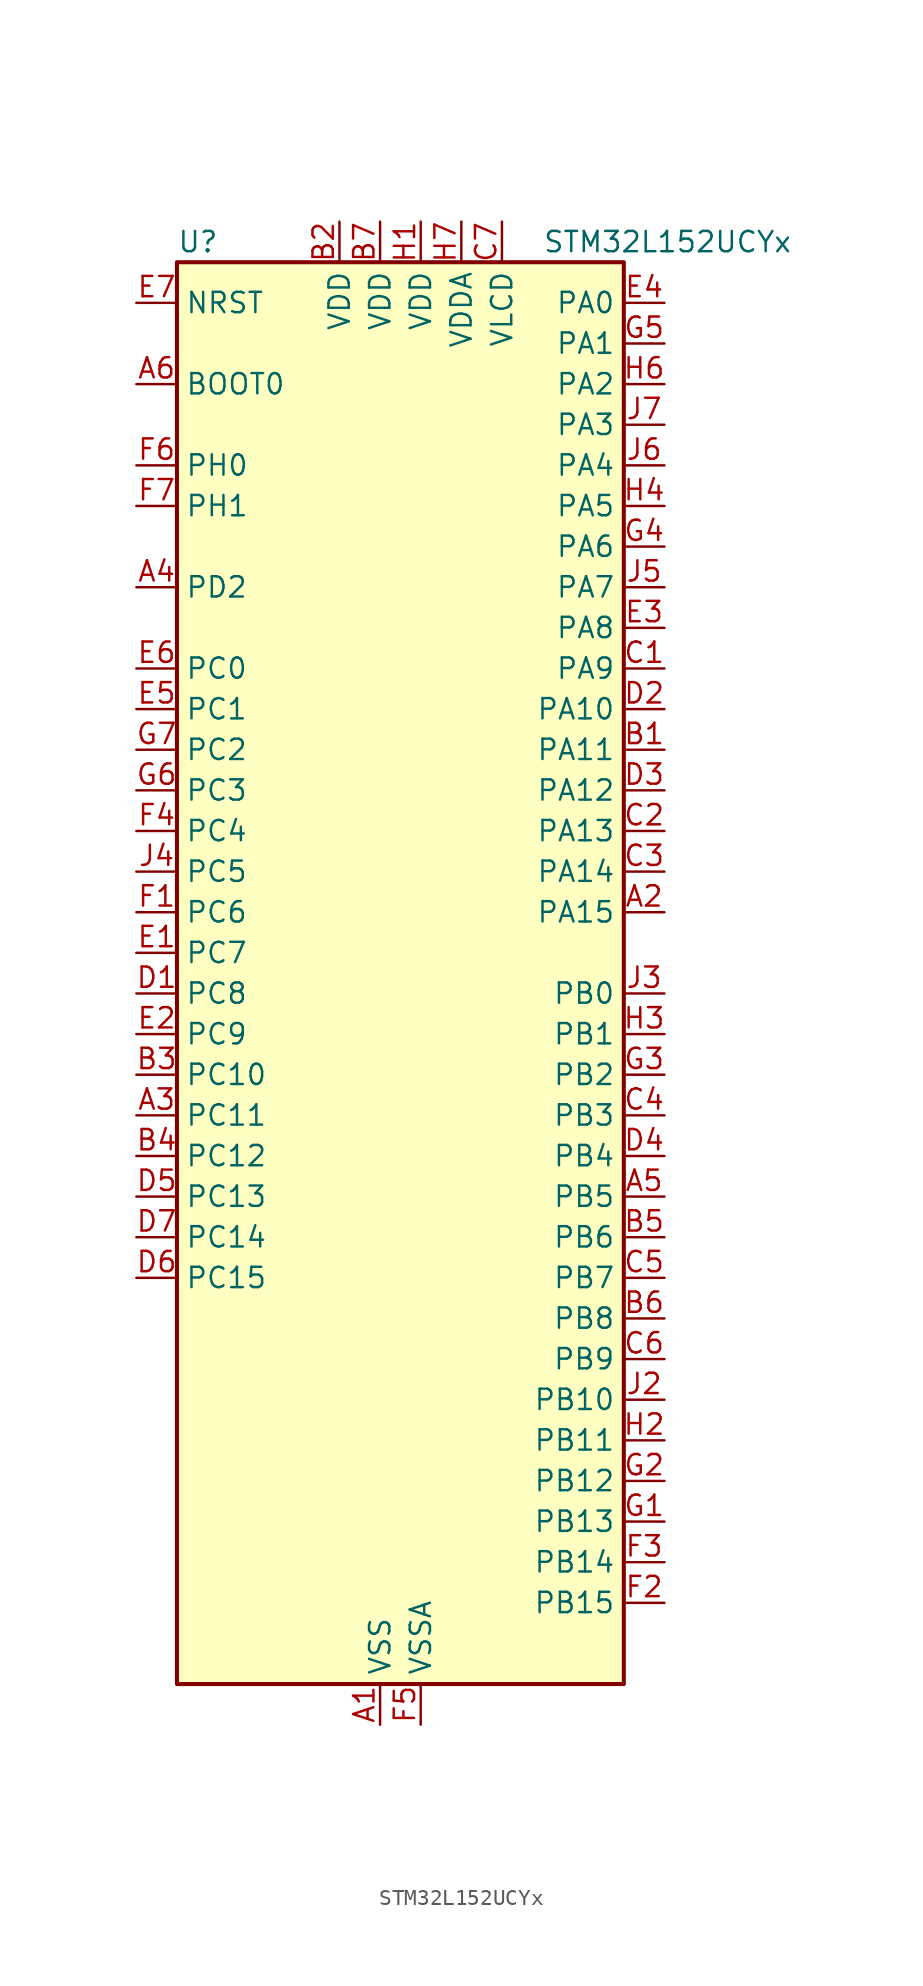
<source format=kicad_sym>
(kicad_symbol_lib
  (version 20231120)
  (generator "kicad-library-utils")
  (generator_version "8.0")
  (symbol "STM32L152UCYx"
    (property "Reference" "U"
      (at -12.7 46.99 0)
      (effects (font (size 1.27 1.27)) (justify left)))
    (property "Value" "STM32L152UCYx"
      (at 10.16 46.99 0)
      (effects (font (size 1.27 1.27)) (justify left)))
    (symbol "STM32L152UCYx_0_1"
      (rectangle (start -12.7 -43.18) (end 15.24 45.72) (stroke (width 0.254) (type default)) (fill (type background))))
    (symbol "STM32L152UCYx_1_1"
      (pin power_in line (at 0 -45.72 90) (length 2.54) (name "VSS" (effects (font (size 1.27 1.27)))) (number "A1" (effects (font (size 1.27 1.27)))))
      (pin bidirectional line (at 17.78 5.08 180) (length 2.54) (name "PA15" (effects (font (size 1.27 1.27)))) (number "A2" (effects (font (size 1.27 1.27)))) (alternate "ADC_EXTI15" bidirectional line) (alternate "I2S3_WS" bidirectional line) (alternate "LCD_SEG17" bidirectional line) (alternate "SPI1_NSS" bidirectional line) (alternate "SPI3_NSS" bidirectional line) (alternate "SYS_JTDI" bidirectional line) (alternate "TIM2_CH1" bidirectional line) (alternate "TIM2_ETR" bidirectional line) (alternate "TIMX_IC4" bidirectional line) (alternate "TS_G5_IO3" bidirectional line))
      (pin bidirectional line (at -15.24 -7.62 0) (length 2.54) (name "PC11" (effects (font (size 1.27 1.27)))) (number "A3" (effects (font (size 1.27 1.27)))) (alternate "ADC_EXTI11" bidirectional line) (alternate "LCD_COM5" bidirectional line) (alternate "LCD_SEG29" bidirectional line) (alternate "SPI3_MISO" bidirectional line) (alternate "TIMX_IC4" bidirectional line) (alternate "USART3_RX" bidirectional line))
      (pin bidirectional line (at -15.24 25.4 0) (length 2.54) (name "PD2" (effects (font (size 1.27 1.27)))) (number "A4" (effects (font (size 1.27 1.27)))) (alternate "LCD_COM7" bidirectional line) (alternate "LCD_SEG31" bidirectional line) (alternate "TIM3_ETR" bidirectional line) (alternate "TIMX_IC3" bidirectional line))
      (pin bidirectional line (at 17.78 -12.7 180) (length 2.54) (name "PB5" (effects (font (size 1.27 1.27)))) (number "A5" (effects (font (size 1.27 1.27)))) (alternate "COMP2_INP" bidirectional line) (alternate "I2C1_SMBA" bidirectional line) (alternate "I2S3_SD" bidirectional line) (alternate "LCD_SEG9" bidirectional line) (alternate "SPI1_MOSI" bidirectional line) (alternate "SPI3_MOSI" bidirectional line) (alternate "TIM3_CH2" bidirectional line) (alternate "TS_G6_IO2" bidirectional line))
      (pin input line (at -15.24 38.1 0) (length 2.54) (name "BOOT0" (effects (font (size 1.27 1.27)))) (number "A6" (effects (font (size 1.27 1.27)))))
      (pin passive line (at 0 -45.72 90) (length 2.54) hide (name "VSS" (effects (font (size 1.27 1.27)))) (number "A7" (effects (font (size 1.27 1.27)))))
      (pin bidirectional line (at 17.78 15.24 180) (length 2.54) (name "PA11" (effects (font (size 1.27 1.27)))) (number "B1" (effects (font (size 1.27 1.27)))) (alternate "ADC_EXTI11" bidirectional line) (alternate "SPI1_MISO" bidirectional line) (alternate "TIMX_IC4" bidirectional line) (alternate "USART1_CTS" bidirectional line) (alternate "USB_DM" bidirectional line))
      (pin power_in line (at -2.54 48.26 270) (length 2.54) (name "VDD" (effects (font (size 1.27 1.27)))) (number "B2" (effects (font (size 1.27 1.27)))))
      (pin bidirectional line (at -15.24 -5.08 0) (length 2.54) (name "PC10" (effects (font (size 1.27 1.27)))) (number "B3" (effects (font (size 1.27 1.27)))) (alternate "I2S3_CK" bidirectional line) (alternate "LCD_COM4" bidirectional line) (alternate "LCD_SEG28" bidirectional line) (alternate "SPI3_SCK" bidirectional line) (alternate "TIMX_IC3" bidirectional line) (alternate "USART3_TX" bidirectional line))
      (pin bidirectional line (at -15.24 -10.16 0) (length 2.54) (name "PC12" (effects (font (size 1.27 1.27)))) (number "B4" (effects (font (size 1.27 1.27)))) (alternate "I2S3_SD" bidirectional line) (alternate "LCD_COM6" bidirectional line) (alternate "LCD_SEG30" bidirectional line) (alternate "SPI3_MOSI" bidirectional line) (alternate "TIMX_IC1" bidirectional line) (alternate "USART3_CK" bidirectional line))
      (pin bidirectional line (at 17.78 -15.24 180) (length 2.54) (name "PB6" (effects (font (size 1.27 1.27)))) (number "B5" (effects (font (size 1.27 1.27)))) (alternate "COMP2_INP" bidirectional line) (alternate "I2C1_SCL" bidirectional line) (alternate "TIM4_CH1" bidirectional line) (alternate "TS_G6_IO3" bidirectional line) (alternate "USART1_TX" bidirectional line))
      (pin bidirectional line (at 17.78 -20.32 180) (length 2.54) (name "PB8" (effects (font (size 1.27 1.27)))) (number "B6" (effects (font (size 1.27 1.27)))) (alternate "I2C1_SCL" bidirectional line) (alternate "LCD_SEG16" bidirectional line) (alternate "TIM10_CH1" bidirectional line) (alternate "TIM4_CH3" bidirectional line))
      (pin power_in line (at 0 48.26 270) (length 2.54) (name "VDD" (effects (font (size 1.27 1.27)))) (number "B7" (effects (font (size 1.27 1.27)))))
      (pin bidirectional line (at 17.78 20.32 180) (length 2.54) (name "PA9" (effects (font (size 1.27 1.27)))) (number "C1" (effects (font (size 1.27 1.27)))) (alternate "DAC_EXTI9" bidirectional line) (alternate "LCD_COM1" bidirectional line) (alternate "TIMX_IC2" bidirectional line) (alternate "TS_G4_IO2" bidirectional line) (alternate "USART1_TX" bidirectional line))
      (pin bidirectional line (at 17.78 10.16 180) (length 2.54) (name "PA13" (effects (font (size 1.27 1.27)))) (number "C2" (effects (font (size 1.27 1.27)))) (alternate "SYS_JTMS-SWDIO" bidirectional line) (alternate "TIMX_IC2" bidirectional line) (alternate "TS_G5_IO1" bidirectional line))
      (pin bidirectional line (at 17.78 7.62 180) (length 2.54) (name "PA14" (effects (font (size 1.27 1.27)))) (number "C3" (effects (font (size 1.27 1.27)))) (alternate "SYS_JTCK-SWCLK" bidirectional line) (alternate "TIMX_IC3" bidirectional line) (alternate "TS_G5_IO2" bidirectional line))
      (pin bidirectional line (at 17.78 -7.62 180) (length 2.54) (name "PB3" (effects (font (size 1.27 1.27)))) (number "C4" (effects (font (size 1.27 1.27)))) (alternate "COMP2_INM" bidirectional line) (alternate "I2S3_CK" bidirectional line) (alternate "LCD_SEG7" bidirectional line) (alternate "SPI1_SCK" bidirectional line) (alternate "SPI3_SCK" bidirectional line) (alternate "SYS_JTDO-TRACESWO" bidirectional line) (alternate "TIM2_CH2" bidirectional line))
      (pin bidirectional line (at 17.78 -17.78 180) (length 2.54) (name "PB7" (effects (font (size 1.27 1.27)))) (number "C5" (effects (font (size 1.27 1.27)))) (alternate "COMP2_INP" bidirectional line) (alternate "I2C1_SDA" bidirectional line) (alternate "SYS_PVD_IN" bidirectional line) (alternate "TIM4_CH2" bidirectional line) (alternate "TS_G6_IO4" bidirectional line) (alternate "USART1_RX" bidirectional line))
      (pin bidirectional line (at 17.78 -22.86 180) (length 2.54) (name "PB9" (effects (font (size 1.27 1.27)))) (number "C6" (effects (font (size 1.27 1.27)))) (alternate "DAC_EXTI9" bidirectional line) (alternate "I2C1_SDA" bidirectional line) (alternate "LCD_COM3" bidirectional line) (alternate "TIM11_CH1" bidirectional line) (alternate "TIM4_CH4" bidirectional line))
      (pin power_in line (at 7.62 48.26 270) (length 2.54) (name "VLCD" (effects (font (size 1.27 1.27)))) (number "C7" (effects (font (size 1.27 1.27)))))
      (pin bidirectional line (at -15.24 0 0) (length 2.54) (name "PC8" (effects (font (size 1.27 1.27)))) (number "D1" (effects (font (size 1.27 1.27)))) (alternate "LCD_SEG26" bidirectional line) (alternate "TIM3_CH3" bidirectional line) (alternate "TIMX_IC1" bidirectional line) (alternate "TS_G10_IO3" bidirectional line))
      (pin bidirectional line (at 17.78 17.78 180) (length 2.54) (name "PA10" (effects (font (size 1.27 1.27)))) (number "D2" (effects (font (size 1.27 1.27)))) (alternate "LCD_COM2" bidirectional line) (alternate "TIMX_IC3" bidirectional line) (alternate "TS_G4_IO3" bidirectional line) (alternate "USART1_RX" bidirectional line))
      (pin bidirectional line (at 17.78 12.7 180) (length 2.54) (name "PA12" (effects (font (size 1.27 1.27)))) (number "D3" (effects (font (size 1.27 1.27)))) (alternate "SPI1_MOSI" bidirectional line) (alternate "TIMX_IC1" bidirectional line) (alternate "USART1_RTS" bidirectional line) (alternate "USB_DP" bidirectional line))
      (pin bidirectional line (at 17.78 -10.16 180) (length 2.54) (name "PB4" (effects (font (size 1.27 1.27)))) (number "D4" (effects (font (size 1.27 1.27)))) (alternate "COMP2_INP" bidirectional line) (alternate "LCD_SEG8" bidirectional line) (alternate "SPI1_MISO" bidirectional line) (alternate "SPI3_MISO" bidirectional line) (alternate "SYS_JTRST" bidirectional line) (alternate "TIM3_CH1" bidirectional line) (alternate "TS_G6_IO1" bidirectional line))
      (pin bidirectional line (at -15.24 -12.7 0) (length 2.54) (name "PC13" (effects (font (size 1.27 1.27)))) (number "D5" (effects (font (size 1.27 1.27)))) (alternate "RTC_OUT_ALARM" bidirectional line) (alternate "RTC_OUT_CALIB" bidirectional line) (alternate "RTC_TAMP1" bidirectional line) (alternate "RTC_TS" bidirectional line) (alternate "SYS_WKUP2" bidirectional line) (alternate "TIMX_IC2" bidirectional line))
      (pin bidirectional line (at -15.24 -17.78 0) (length 2.54) (name "PC15" (effects (font (size 1.27 1.27)))) (number "D6" (effects (font (size 1.27 1.27)))) (alternate "ADC_EXTI15" bidirectional line) (alternate "RCC_OSC32_OUT" bidirectional line) (alternate "TIMX_IC4" bidirectional line))
      (pin bidirectional line (at -15.24 -15.24 0) (length 2.54) (name "PC14" (effects (font (size 1.27 1.27)))) (number "D7" (effects (font (size 1.27 1.27)))) (alternate "RCC_OSC32_IN" bidirectional line) (alternate "TIMX_IC3" bidirectional line))
      (pin bidirectional line (at -15.24 2.54 0) (length 2.54) (name "PC7" (effects (font (size 1.27 1.27)))) (number "E1" (effects (font (size 1.27 1.27)))) (alternate "I2S3_MCK" bidirectional line) (alternate "LCD_SEG25" bidirectional line) (alternate "TIM3_CH2" bidirectional line) (alternate "TIMX_IC4" bidirectional line) (alternate "TS_G10_IO2" bidirectional line))
      (pin bidirectional line (at -15.24 -2.54 0) (length 2.54) (name "PC9" (effects (font (size 1.27 1.27)))) (number "E2" (effects (font (size 1.27 1.27)))) (alternate "DAC_EXTI9" bidirectional line) (alternate "LCD_SEG27" bidirectional line) (alternate "TIM3_CH4" bidirectional line) (alternate "TIMX_IC2" bidirectional line) (alternate "TS_G10_IO4" bidirectional line))
      (pin bidirectional line (at 17.78 22.86 180) (length 2.54) (name "PA8" (effects (font (size 1.27 1.27)))) (number "E3" (effects (font (size 1.27 1.27)))) (alternate "LCD_COM0" bidirectional line) (alternate "RCC_MCO" bidirectional line) (alternate "TIMX_IC1" bidirectional line) (alternate "TS_G4_IO1" bidirectional line) (alternate "USART1_CK" bidirectional line))
      (pin bidirectional line (at 17.78 43.18 180) (length 2.54) (name "PA0" (effects (font (size 1.27 1.27)))) (number "E4" (effects (font (size 1.27 1.27)))) (alternate "ADC_IN0" bidirectional line) (alternate "COMP1_INP" bidirectional line) (alternate "RTC_TAMP2" bidirectional line) (alternate "SYS_WKUP1" bidirectional line) (alternate "TIM2_CH1" bidirectional line) (alternate "TIM2_ETR" bidirectional line) (alternate "TIM5_CH1" bidirectional line) (alternate "TIMX_IC1" bidirectional line) (alternate "TS_G1_IO1" bidirectional line) (alternate "USART2_CTS" bidirectional line))
      (pin bidirectional line (at -15.24 17.78 0) (length 2.54) (name "PC1" (effects (font (size 1.27 1.27)))) (number "E5" (effects (font (size 1.27 1.27)))) (alternate "ADC_IN11" bidirectional line) (alternate "COMP1_INP" bidirectional line) (alternate "LCD_SEG19" bidirectional line) (alternate "TIMX_IC2" bidirectional line) (alternate "TS_G8_IO2" bidirectional line))
      (pin bidirectional line (at -15.24 20.32 0) (length 2.54) (name "PC0" (effects (font (size 1.27 1.27)))) (number "E6" (effects (font (size 1.27 1.27)))) (alternate "ADC_IN10" bidirectional line) (alternate "COMP1_INP" bidirectional line) (alternate "LCD_SEG18" bidirectional line) (alternate "TIMX_IC1" bidirectional line) (alternate "TS_G8_IO1" bidirectional line))
      (pin input line (at -15.24 43.18 0) (length 2.54) (name "NRST" (effects (font (size 1.27 1.27)))) (number "E7" (effects (font (size 1.27 1.27)))))
      (pin bidirectional line (at -15.24 5.08 0) (length 2.54) (name "PC6" (effects (font (size 1.27 1.27)))) (number "F1" (effects (font (size 1.27 1.27)))) (alternate "I2S2_MCK" bidirectional line) (alternate "LCD_SEG24" bidirectional line) (alternate "TIM3_CH1" bidirectional line) (alternate "TIMX_IC3" bidirectional line) (alternate "TS_G10_IO1" bidirectional line))
      (pin bidirectional line (at 17.78 -38.1 180) (length 2.54) (name "PB15" (effects (font (size 1.27 1.27)))) (number "F2" (effects (font (size 1.27 1.27)))) (alternate "ADC_EXTI15" bidirectional line) (alternate "ADC_IN21" bidirectional line) (alternate "COMP1_INP" bidirectional line) (alternate "I2S2_SD" bidirectional line) (alternate "LCD_SEG15" bidirectional line) (alternate "RTC_REFIN" bidirectional line) (alternate "SPI2_MOSI" bidirectional line) (alternate "TIM11_CH1" bidirectional line) (alternate "TS_G7_IO4" bidirectional line))
      (pin bidirectional line (at 17.78 -35.56 180) (length 2.54) (name "PB14" (effects (font (size 1.27 1.27)))) (number "F3" (effects (font (size 1.27 1.27)))) (alternate "ADC_IN20" bidirectional line) (alternate "COMP1_INP" bidirectional line) (alternate "LCD_SEG14" bidirectional line) (alternate "SPI2_MISO" bidirectional line) (alternate "TIM9_CH2" bidirectional line) (alternate "TS_G7_IO3" bidirectional line) (alternate "USART3_RTS" bidirectional line))
      (pin bidirectional line (at -15.24 10.16 0) (length 2.54) (name "PC4" (effects (font (size 1.27 1.27)))) (number "F4" (effects (font (size 1.27 1.27)))) (alternate "ADC_IN14" bidirectional line) (alternate "COMP1_INP" bidirectional line) (alternate "LCD_SEG22" bidirectional line) (alternate "TIMX_IC1" bidirectional line) (alternate "TS_G9_IO1" bidirectional line))
      (pin power_in line (at 2.54 -45.72 90) (length 2.54) (name "VSSA" (effects (font (size 1.27 1.27)))) (number "F5" (effects (font (size 1.27 1.27)))))
      (pin bidirectional line (at -15.24 33.02 0) (length 2.54) (name "PH0" (effects (font (size 1.27 1.27)))) (number "F6" (effects (font (size 1.27 1.27)))) (alternate "RCC_OSC_IN" bidirectional line))
      (pin bidirectional line (at -15.24 30.48 0) (length 2.54) (name "PH1" (effects (font (size 1.27 1.27)))) (number "F7" (effects (font (size 1.27 1.27)))) (alternate "RCC_OSC_OUT" bidirectional line))
      (pin bidirectional line (at 17.78 -33.02 180) (length 2.54) (name "PB13" (effects (font (size 1.27 1.27)))) (number "G1" (effects (font (size 1.27 1.27)))) (alternate "ADC_IN19" bidirectional line) (alternate "COMP1_INP" bidirectional line) (alternate "I2S2_CK" bidirectional line) (alternate "LCD_SEG13" bidirectional line) (alternate "SPI2_SCK" bidirectional line) (alternate "TIM9_CH1" bidirectional line) (alternate "TS_G7_IO2" bidirectional line) (alternate "USART3_CTS" bidirectional line))
      (pin bidirectional line (at 17.78 -30.48 180) (length 2.54) (name "PB12" (effects (font (size 1.27 1.27)))) (number "G2" (effects (font (size 1.27 1.27)))) (alternate "ADC_IN18" bidirectional line) (alternate "COMP1_INP" bidirectional line) (alternate "I2C2_SMBA" bidirectional line) (alternate "I2S2_WS" bidirectional line) (alternate "LCD_SEG12" bidirectional line) (alternate "SPI2_NSS" bidirectional line) (alternate "TIM10_CH1" bidirectional line) (alternate "TS_G7_IO1" bidirectional line) (alternate "USART3_CK" bidirectional line))
      (pin bidirectional line (at 17.78 -5.08 180) (length 2.54) (name "PB2" (effects (font (size 1.27 1.27)))) (number "G3" (effects (font (size 1.27 1.27)))) (alternate "TS_G3_IO3" bidirectional line))
      (pin bidirectional line (at 17.78 27.94 180) (length 2.54) (name "PA6" (effects (font (size 1.27 1.27)))) (number "G4" (effects (font (size 1.27 1.27)))) (alternate "ADC_IN6" bidirectional line) (alternate "COMP1_INP" bidirectional line) (alternate "LCD_SEG3" bidirectional line) (alternate "OPAMP2_VINP" bidirectional line) (alternate "SPI1_MISO" bidirectional line) (alternate "TIM10_CH1" bidirectional line) (alternate "TIM3_CH1" bidirectional line) (alternate "TIMX_IC3" bidirectional line) (alternate "TS_G2_IO1" bidirectional line))
      (pin bidirectional line (at 17.78 40.64 180) (length 2.54) (name "PA1" (effects (font (size 1.27 1.27)))) (number "G5" (effects (font (size 1.27 1.27)))) (alternate "ADC_IN1" bidirectional line) (alternate "COMP1_INP" bidirectional line) (alternate "LCD_SEG0" bidirectional line) (alternate "OPAMP1_VINP" bidirectional line) (alternate "TIM2_CH2" bidirectional line) (alternate "TIM5_CH2" bidirectional line) (alternate "TIMX_IC2" bidirectional line) (alternate "TS_G1_IO2" bidirectional line) (alternate "USART2_RTS" bidirectional line))
      (pin bidirectional line (at -15.24 12.7 0) (length 2.54) (name "PC3" (effects (font (size 1.27 1.27)))) (number "G6" (effects (font (size 1.27 1.27)))) (alternate "ADC_IN13" bidirectional line) (alternate "COMP1_INP" bidirectional line) (alternate "LCD_SEG21" bidirectional line) (alternate "TIMX_IC4" bidirectional line) (alternate "TS_G8_IO4" bidirectional line))
      (pin bidirectional line (at -15.24 15.24 0) (length 2.54) (name "PC2" (effects (font (size 1.27 1.27)))) (number "G7" (effects (font (size 1.27 1.27)))) (alternate "ADC_IN12" bidirectional line) (alternate "COMP1_INP" bidirectional line) (alternate "LCD_SEG20" bidirectional line) (alternate "TIMX_IC3" bidirectional line) (alternate "TS_G8_IO3" bidirectional line))
      (pin power_in line (at 2.54 48.26 270) (length 2.54) (name "VDD" (effects (font (size 1.27 1.27)))) (number "H1" (effects (font (size 1.27 1.27)))))
      (pin bidirectional line (at 17.78 -27.94 180) (length 2.54) (name "PB11" (effects (font (size 1.27 1.27)))) (number "H2" (effects (font (size 1.27 1.27)))) (alternate "ADC_EXTI11" bidirectional line) (alternate "I2C2_SDA" bidirectional line) (alternate "LCD_SEG11" bidirectional line) (alternate "TIM2_CH4" bidirectional line) (alternate "USART3_RX" bidirectional line))
      (pin bidirectional line (at 17.78 -2.54 180) (length 2.54) (name "PB1" (effects (font (size 1.27 1.27)))) (number "H3" (effects (font (size 1.27 1.27)))) (alternate "ADC_IN9" bidirectional line) (alternate "COMP1_INP" bidirectional line) (alternate "LCD_SEG6" bidirectional line) (alternate "SYS_V_REF_OUT" bidirectional line) (alternate "TIM3_CH4" bidirectional line) (alternate "TS_G3_IO2" bidirectional line))
      (pin bidirectional line (at 17.78 30.48 180) (length 2.54) (name "PA5" (effects (font (size 1.27 1.27)))) (number "H4" (effects (font (size 1.27 1.27)))) (alternate "ADC_IN5" bidirectional line) (alternate "COMP1_INP" bidirectional line) (alternate "DAC_OUT2" bidirectional line) (alternate "SPI1_SCK" bidirectional line) (alternate "TIM2_CH1" bidirectional line) (alternate "TIM2_ETR" bidirectional line) (alternate "TIMX_IC2" bidirectional line))
      (pin passive line (at 0 -45.72 90) (length 2.54) hide (name "VSS" (effects (font (size 1.27 1.27)))) (number "H5" (effects (font (size 1.27 1.27)))))
      (pin bidirectional line (at 17.78 38.1 180) (length 2.54) (name "PA2" (effects (font (size 1.27 1.27)))) (number "H6" (effects (font (size 1.27 1.27)))) (alternate "ADC_IN2" bidirectional line) (alternate "COMP1_INP" bidirectional line) (alternate "LCD_SEG1" bidirectional line) (alternate "OPAMP1_VINM" bidirectional line) (alternate "TIM2_CH3" bidirectional line) (alternate "TIM5_CH3" bidirectional line) (alternate "TIM9_CH1" bidirectional line) (alternate "TIMX_IC3" bidirectional line) (alternate "TS_G1_IO3" bidirectional line) (alternate "USART2_TX" bidirectional line))
      (pin power_in line (at 5.08 48.26 270) (length 2.54) (name "VDDA" (effects (font (size 1.27 1.27)))) (number "H7" (effects (font (size 1.27 1.27)))))
      (pin passive line (at 0 -45.72 90) (length 2.54) hide (name "VSS" (effects (font (size 1.27 1.27)))) (number "J1" (effects (font (size 1.27 1.27)))))
      (pin bidirectional line (at 17.78 -25.4 180) (length 2.54) (name "PB10" (effects (font (size 1.27 1.27)))) (number "J2" (effects (font (size 1.27 1.27)))) (alternate "I2C2_SCL" bidirectional line) (alternate "LCD_SEG10" bidirectional line) (alternate "TIM2_CH3" bidirectional line) (alternate "USART3_TX" bidirectional line))
      (pin bidirectional line (at 17.78 0 180) (length 2.54) (name "PB0" (effects (font (size 1.27 1.27)))) (number "J3" (effects (font (size 1.27 1.27)))) (alternate "ADC_IN8" bidirectional line) (alternate "COMP1_INP" bidirectional line) (alternate "LCD_SEG5" bidirectional line) (alternate "OPAMP2_VOUT" bidirectional line) (alternate "SYS_V_REF_OUT" bidirectional line) (alternate "TIM3_CH3" bidirectional line) (alternate "TS_G3_IO1" bidirectional line))
      (pin bidirectional line (at -15.24 7.62 0) (length 2.54) (name "PC5" (effects (font (size 1.27 1.27)))) (number "J4" (effects (font (size 1.27 1.27)))) (alternate "ADC_IN15" bidirectional line) (alternate "COMP1_INP" bidirectional line) (alternate "LCD_SEG23" bidirectional line) (alternate "TIMX_IC2" bidirectional line) (alternate "TS_G9_IO2" bidirectional line))
      (pin bidirectional line (at 17.78 25.4 180) (length 2.54) (name "PA7" (effects (font (size 1.27 1.27)))) (number "J5" (effects (font (size 1.27 1.27)))) (alternate "ADC_IN7" bidirectional line) (alternate "COMP1_INP" bidirectional line) (alternate "LCD_SEG4" bidirectional line) (alternate "OPAMP2_VINM" bidirectional line) (alternate "SPI1_MOSI" bidirectional line) (alternate "TIM11_CH1" bidirectional line) (alternate "TIM3_CH2" bidirectional line) (alternate "TIMX_IC4" bidirectional line) (alternate "TS_G2_IO2" bidirectional line))
      (pin bidirectional line (at 17.78 33.02 180) (length 2.54) (name "PA4" (effects (font (size 1.27 1.27)))) (number "J6" (effects (font (size 1.27 1.27)))) (alternate "ADC_IN4" bidirectional line) (alternate "COMP1_INP" bidirectional line) (alternate "DAC_OUT1" bidirectional line) (alternate "I2S3_WS" bidirectional line) (alternate "SPI1_NSS" bidirectional line) (alternate "SPI3_NSS" bidirectional line) (alternate "TIMX_IC1" bidirectional line) (alternate "USART2_CK" bidirectional line))
      (pin bidirectional line (at 17.78 35.56 180) (length 2.54) (name "PA3" (effects (font (size 1.27 1.27)))) (number "J7" (effects (font (size 1.27 1.27)))) (alternate "ADC_IN3" bidirectional line) (alternate "COMP1_INP" bidirectional line) (alternate "LCD_SEG2" bidirectional line) (alternate "OPAMP1_VOUT" bidirectional line) (alternate "TIM2_CH4" bidirectional line) (alternate "TIM5_CH4" bidirectional line) (alternate "TIM9_CH2" bidirectional line) (alternate "TIMX_IC4" bidirectional line) (alternate "TS_G1_IO4" bidirectional line) (alternate "USART2_RX" bidirectional line)))))
</source>
